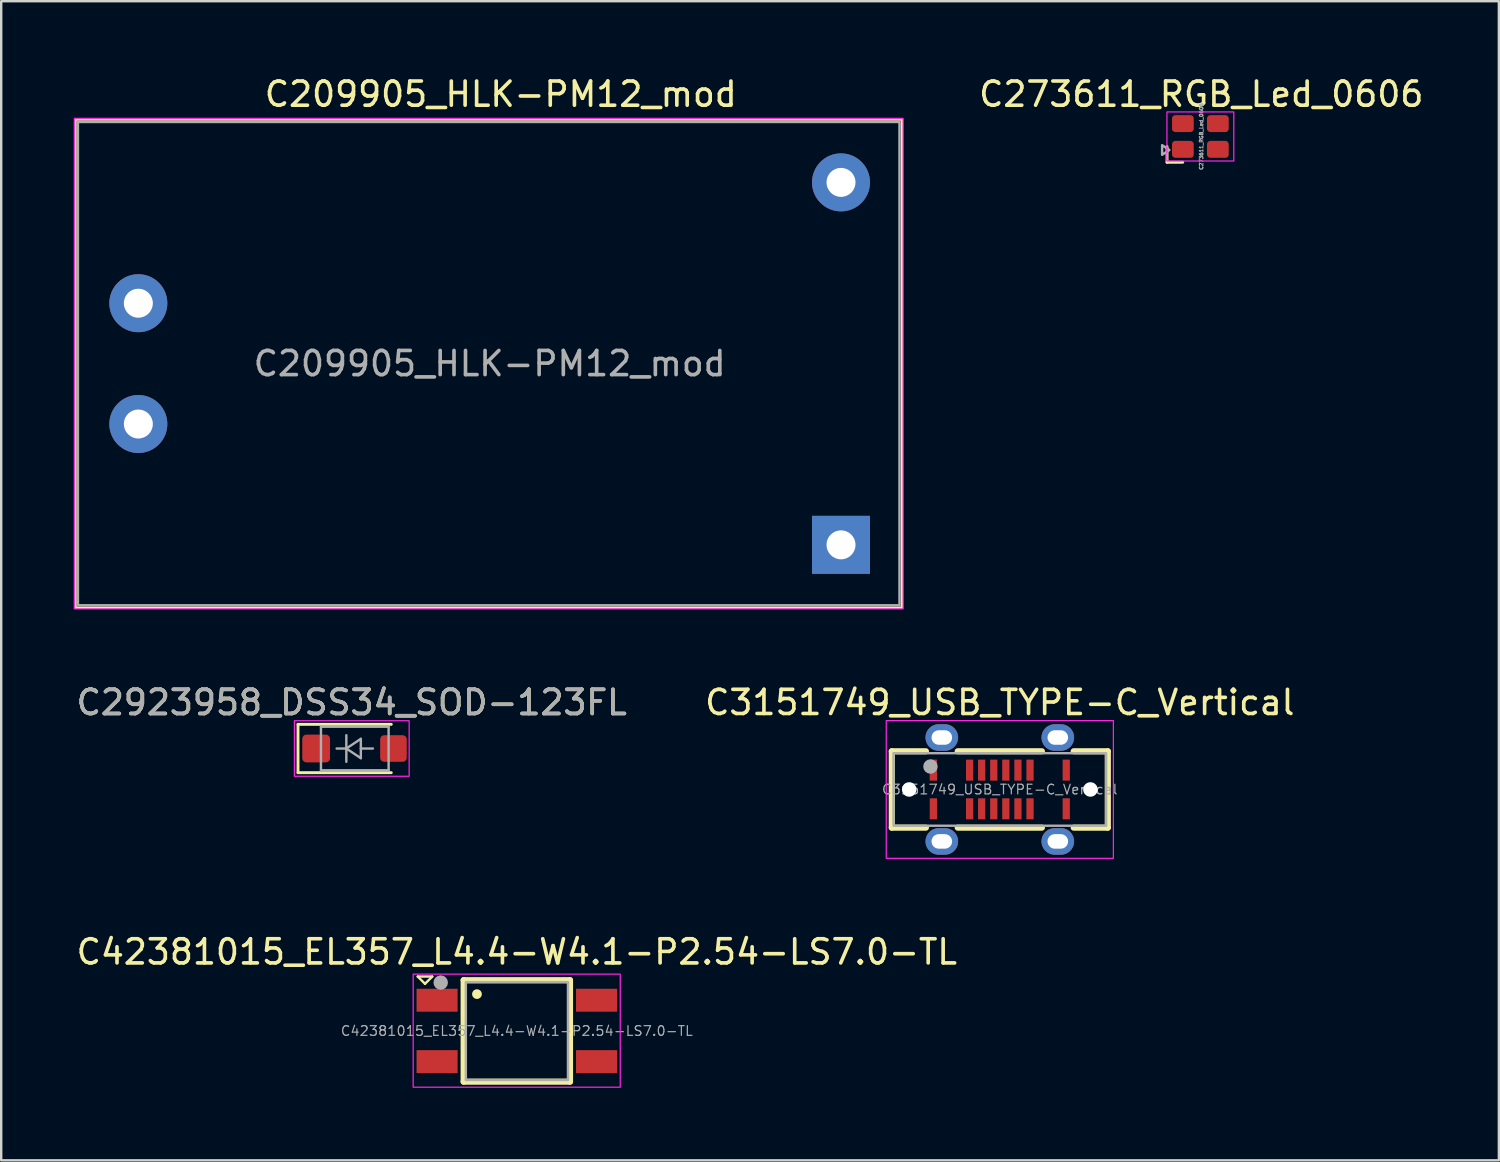
<source format=kicad_pcb>
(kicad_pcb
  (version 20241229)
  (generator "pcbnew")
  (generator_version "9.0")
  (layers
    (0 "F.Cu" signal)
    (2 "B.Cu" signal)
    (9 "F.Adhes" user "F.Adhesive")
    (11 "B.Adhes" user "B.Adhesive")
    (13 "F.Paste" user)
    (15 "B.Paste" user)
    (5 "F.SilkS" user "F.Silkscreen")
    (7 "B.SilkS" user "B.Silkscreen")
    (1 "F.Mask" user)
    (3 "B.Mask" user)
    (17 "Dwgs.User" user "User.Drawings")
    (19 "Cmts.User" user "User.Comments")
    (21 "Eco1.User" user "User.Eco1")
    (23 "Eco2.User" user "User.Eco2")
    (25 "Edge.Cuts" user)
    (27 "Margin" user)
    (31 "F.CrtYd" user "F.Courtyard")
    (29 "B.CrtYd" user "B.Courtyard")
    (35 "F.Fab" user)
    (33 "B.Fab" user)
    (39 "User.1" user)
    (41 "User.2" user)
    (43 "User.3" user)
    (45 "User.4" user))
  (footprint "C42381015_EL357_L4.4-W4.1-P2.54-LS7.0-TL"
    (layer "F.Cu")
    (at 18.339 39.615)
    (property "Reference" "C42381015_EL357_L4.4-W4.1-P2.54-LS7.0-TL" (at 0 -3.27 0) (layer "F.SilkS") (effects (font (size 1 1) (thickness 0.15))))
    (attr smd)
    (fp_line (start -4.1 -2.25) (end -3.5 -2.25) (stroke (width 0.1) (type default)) (layer "F.SilkS"))
    (fp_line (start -3.8 -1.95) (end -4.1 -2.25) (stroke (width 0.1) (type default)) (layer "F.SilkS"))
    (fp_line (start -3.5 -2.25) (end -3.8 -1.95) (stroke (width 0.1) (type default)) (layer "F.SilkS"))
    (fp_line (start -2.2 -2.1) (end -2.2 2.1) (stroke (width 0.254) (type solid)) (layer "F.SilkS"))
    (fp_line (start -2.2 2.1) (end 2.2 2.1) (stroke (width 0.254) (type solid)) (layer "F.SilkS"))
    (fp_line (start 2.2 -2.1) (end -2.2 -2.1) (stroke (width 0.254) (type solid)) (layer "F.SilkS"))
    (fp_line (start 2.2 2.1) (end 2.2 -2.1) (stroke (width 0.254) (type solid)) (layer "F.SilkS"))
    (fp_arc (start -1.651003 -1.524003) (mid -1.649733 -1.524007) (end -1.648463 -1.524003) (stroke (width 0.4) (type solid)) (layer "F.SilkS"))
    (fp_rect (start -4.29 -2.35) (end 4.28 2.33) (stroke (width 0.05) (type default)) (fill no) (layer "F.CrtYd"))
    (fp_rect (start -2.11 -2.02) (end 2.12 2.03) (stroke (width 0.1) (type default)) (fill no) (layer "F.Fab"))
    (fp_circle (center -3.15 -2.002) (end -3 -2.002) (stroke (width 0.3) (type solid)) (fill no) (layer "F.Fab"))
    (fp_text user "${REFERENCE}" (at 0 0 0) (layer "F.Fab") (effects (font (size 0.4 0.4) (thickness 0.05))))
    (pad "1" smd rect (at -3.3 -1.27) (size 1.7 0.95) (layers "F.Cu" "F.Mask" "F.Paste"))
    (pad "2" smd rect (at -3.3 1.27) (size 1.7 0.95) (layers "F.Cu" "F.Mask" "F.Paste"))
    (pad "3" smd rect (at 3.3 1.27) (size 1.7 0.95) (layers "F.Cu" "F.Mask" "F.Paste"))
    (pad "4" smd rect (at 3.3 -1.27) (size 1.7 0.95) (layers "F.Cu" "F.Mask" "F.Paste")))
  (footprint "C3151749_USB_TYPE-C_Vertical"
    (layer "F.Cu")
    (at 38.327 29.622)
    (property "Reference" "C3151749_USB_TYPE-C_Vertical" (at 0 -3.6 0) (layer "F.SilkS") (effects (font (size 1 1) (thickness 0.15))))
    (attr through_hole)
    (fp_line (start -4.47 -1.58) (end -3.058 -1.58) (stroke (width 0.254) (type solid)) (layer "F.SilkS"))
    (fp_line (start -4.47 1.58) (end -4.47 -1.58) (stroke (width 0.254) (type solid)) (layer "F.SilkS"))
    (fp_line (start -3.058 1.58) (end -4.47 1.58) (stroke (width 0.254) (type solid)) (layer "F.SilkS"))
    (fp_line (start -1.742 -1.58) (end 1.742 -1.58) (stroke (width 0.254) (type solid)) (layer "F.SilkS"))
    (fp_line (start 1.742 1.58) (end -1.742 1.58) (stroke (width 0.254) (type solid)) (layer "F.SilkS"))
    (fp_line (start 3.058 -1.58) (end 4.47 -1.58) (stroke (width 0.254) (type solid)) (layer "F.SilkS"))
    (fp_line (start 4.47 -1.58) (end 4.47 1.58) (stroke (width 0.254) (type solid)) (layer "F.SilkS"))
    (fp_line (start 4.47 1.58) (end 3.058 1.58) (stroke (width 0.254) (type solid)) (layer "F.SilkS"))
    (fp_rect (start -4.7 -2.85) (end 4.7 2.85) (stroke (width 0.05) (type default)) (fill no) (layer "F.CrtYd"))
    (fp_rect (start -4.4 -1.5) (end 4.4 1.5) (stroke (width 0.1) (type default)) (fill no) (layer "F.Fab"))
    (fp_circle (center -3.75 0.000127) (end -3.65 0.000127) (stroke (width 0.2) (type solid)) (fill no) (layer "F.Fab"))
    (fp_circle (center -2.87 -0.95) (end -2.72 -0.95) (stroke (width 0.3) (type solid)) (fill no) (layer "F.Fab"))
    (fp_circle (center 3.75 0.000127) (end 3.85 0.000127) (stroke (width 0.2) (type solid)) (fill no) (layer "F.Fab"))
    (fp_text user "${REFERENCE}" (at 0 0 0) (layer "F.Fab") (effects (font (size 0.4 0.4) (thickness 0.05))))
    (pad "" np_thru_hole circle (at -3.75 0.000127) (size 0.6 0.6) (drill 0.6) (layers "*.Cu" "*.Mask"))
    (pad "" np_thru_hole circle (at 3.75 0.000127) (size 0.6 0.6) (drill 0.6) (layers "*.Cu" "*.Mask"))
    (pad "0" thru_hole oval (at -2.4 -2.15 270) (size 1.1 1.35) (drill oval 0.6 0.85) (layers "*.Cu" "*.Mask"))
    (pad "0" thru_hole oval (at -2.4 2.15 270) (size 1.1 1.35) (drill oval 0.6 0.85) (layers "*.Cu" "*.Mask"))
    (pad "0" thru_hole oval (at 2.4 -2.15 270) (size 1.1 1.35) (drill oval 0.6 0.85) (layers "*.Cu" "*.Mask"))
    (pad "0" thru_hole oval (at 2.4 2.15 270) (size 1.1 1.35) (drill oval 0.6 0.85) (layers "*.Cu" "*.Mask"))
    (pad "A1" smd rect (at -2.75 -0.8) (size 0.3 0.87) (layers "F.Cu" "F.Mask" "F.Paste"))
    (pad "A4" smd rect (at -1.25 -0.8) (size 0.3 0.87) (layers "F.Cu" "F.Mask" "F.Paste"))
    (pad "A5" smd rect (at -0.75 -0.8) (size 0.3 0.87) (layers "F.Cu" "F.Mask" "F.Paste"))
    (pad "A6" smd rect (at -0.25 -0.8) (size 0.3 0.87) (layers "F.Cu" "F.Mask" "F.Paste"))
    (pad "A7" smd rect (at 0.25 -0.8) (size 0.3 0.87) (layers "F.Cu" "F.Mask" "F.Paste"))
    (pad "A8" smd rect (at 0.75 -0.8) (size 0.3 0.87) (layers "F.Cu" "F.Mask" "F.Paste"))
    (pad "A9" smd rect (at 1.25 -0.8) (size 0.3 0.87) (layers "F.Cu" "F.Mask" "F.Paste"))
    (pad "A12" smd rect (at 2.75 -0.8) (size 0.3 0.87) (layers "F.Cu" "F.Mask" "F.Paste"))
    (pad "B1" smd rect (at 2.75 0.8) (size 0.3 0.87) (layers "F.Cu" "F.Mask" "F.Paste"))
    (pad "B4" smd rect (at 1.25 0.8) (size 0.3 0.87) (layers "F.Cu" "F.Mask" "F.Paste"))
    (pad "B5" smd rect (at 0.75 0.8) (size 0.3 0.87) (layers "F.Cu" "F.Mask" "F.Paste"))
    (pad "B6" smd rect (at 0.25 0.8) (size 0.3 0.87) (layers "F.Cu" "F.Mask" "F.Paste"))
    (pad "B7" smd rect (at -0.25 0.8) (size 0.3 0.87) (layers "F.Cu" "F.Mask" "F.Paste"))
    (pad "B8" smd rect (at -0.75 0.8) (size 0.3 0.87) (layers "F.Cu" "F.Mask" "F.Paste"))
    (pad "B9" smd rect (at -1.25 0.8) (size 0.3 0.87) (layers "F.Cu" "F.Mask" "F.Paste"))
    (pad "B12" smd rect (at -2.75 0.8) (size 0.3 0.87) (layers "F.Cu" "F.Mask" "F.Paste")))
  (footprint "C273611_RGB_Led_0606"
    (layer "F.Cu")
    (at 46.665 2.598)
    (property "Reference" "C273611_RGB_Led_0606" (at 0 -1.75 0) (layer "F.SilkS") (effects (font (size 1 1) (thickness 0.15))))
    (attr smd)
    (fp_line (start -1.417 0.417) (end -1.417 1.067) (stroke (width 0.12) (type solid)) (layer "F.SilkS"))
    (fp_line (start -1.417 1.067) (end -0.767 1.067) (stroke (width 0.12) (type solid)) (layer "F.SilkS"))
    (fp_rect (start -1.422 -1.016) (end 1.346 1.016) (stroke (width 0.05) (type default)) (fill no) (layer "F.CrtYd"))
    (fp_poly (pts (xy -1.621 0.759) (xy -1.321 0.559) (xy -1.621 0.359)) (stroke (width 0.1) (type solid)) (fill no) (layer "F.Fab"))
    (fp_text user "${REFERENCE}" (at 0 0 90) (layer "F.Fab") (effects (font (size 0.15 0.15) (thickness 0.037))))
    (pad "1" smd roundrect (at -0.762 0.533 90) (size 0.7 0.9) (layers "F.Cu" "F.Mask" "F.Paste") (roundrect_rratio 0.2))
    (pad "2" smd roundrect (at 0.686 0.533 90) (size 0.7 0.9) (layers "F.Cu" "F.Mask" "F.Paste") (roundrect_rratio 0.2))
    (pad "3" smd roundrect (at 0.686 -0.533 90) (size 0.7 0.9) (layers "F.Cu" "F.Mask" "F.Paste") (roundrect_rratio 0.2))
    (pad "4" smd roundrect (at -0.762 -0.533 90) (size 0.7 0.9) (layers "F.Cu" "F.Mask" "F.Paste") (roundrect_rratio 0.2)))
  (footprint "C2923958_DSS34_SOD-123FL"
    (layer "F.Cu")
    (at 11.633 27.927)
    (property "Reference" "C2923958_DSS34_SOD-123FL" (at -0.127 -1.905 0) (layer "F.SilkS") (effects (font (size 1 1) (thickness 0.15))))
    (attr smd)
    (fp_line (start -2.35 -1) (end -2.35 1) (stroke (width 0.12) (type solid)) (layer "F.SilkS"))
    (fp_line (start -2.35 -1) (end 1.51 -1) (stroke (width 0.12) (type solid)) (layer "F.SilkS"))
    (fp_line (start -2.35 1) (end 1.51 1) (stroke (width 0.12) (type solid)) (layer "F.SilkS"))
    (fp_rect (start -2.5 -1.15) (end 2.25 1.15) (stroke (width 0.05) (type default)) (fill no) (layer "F.CrtYd"))
    (fp_line (start -1.4 -0.9) (end 1.4 -0.9) (stroke (width 0.1) (type solid)) (layer "F.Fab"))
    (fp_line (start -1.4 0.9) (end -1.4 -0.9) (stroke (width 0.1) (type solid)) (layer "F.Fab"))
    (fp_line (start -0.75 0) (end -0.35 0) (stroke (width 0.1) (type solid)) (layer "F.Fab"))
    (fp_line (start -0.35 0) (end -0.35 -0.55) (stroke (width 0.1) (type solid)) (layer "F.Fab"))
    (fp_line (start -0.35 0) (end -0.35 0.55) (stroke (width 0.1) (type solid)) (layer "F.Fab"))
    (fp_line (start -0.35 0) (end 0.25 -0.4) (stroke (width 0.1) (type solid)) (layer "F.Fab"))
    (fp_line (start 0.25 -0.4) (end 0.25 0.4) (stroke (width 0.1) (type solid)) (layer "F.Fab"))
    (fp_line (start 0.25 0) (end 0.75 0) (stroke (width 0.1) (type solid)) (layer "F.Fab"))
    (fp_line (start 0.25 0.4) (end -0.35 0) (stroke (width 0.1) (type solid)) (layer "F.Fab"))
    (fp_line (start 1.4 -0.9) (end 1.4 0.9) (stroke (width 0.1) (type solid)) (layer "F.Fab"))
    (fp_line (start 1.4 0.9) (end -1.4 0.9) (stroke (width 0.1) (type solid)) (layer "F.Fab"))
    (fp_text user "${REFERENCE}" (at -0.127 -1.905 0) (layer "F.Fab") (effects (font (size 1 1) (thickness 0.15))))
    (pad "1" smd roundrect (at -1.6 0) (size 1.15 1.15) (layers "F.Cu" "F.Mask" "F.Paste") (roundrect_rratio 0.15))
    (pad "2" smd roundrect (at 1.6 0) (size 1.1 1.1) (layers "F.Cu" "F.Mask" "F.Paste") (roundrect_rratio 0.15)))
  (footprint "C209905_HLK-PM12_mod"
    (layer "F.Cu")
    (at 2.675 9.498)
    (property "Reference" "C209905_HLK-PM12_mod" (at 15 -8.65 0) (layer "F.SilkS") (effects (font (size 1 1) (thickness 0.15))))
    (attr through_hole)
    (fp_rect (start -2.6 -7.6) (end 31.6 12.6) (stroke (width 0.1) (type default)) (fill no) (layer "F.SilkS"))
    (fp_rect (start -2.65 -7.65) (end 31.65 12.65) (stroke (width 0.05) (type default)) (fill no) (layer "F.CrtYd"))
    (fp_rect (start -2.5 -7.5) (end 31.5 12.5) (stroke (width 0.1) (type default)) (fill no) (layer "F.Fab"))
    (fp_text user "${REFERENCE}" (at 14.54 2.5 0) (layer "F.Fab") (effects (font (size 1 1) (thickness 0.15))))
    (pad "1" thru_hole oval (at 0 0) (size 2.4 2.4) (drill 1.2) (layers "*.Cu" "*.Mask"))
    (pad "2" thru_hole oval (at 0 5) (size 2.4 2.4) (drill 1.2) (layers "*.Cu" "*.Mask"))
    (pad "3" thru_hole oval (at 29.08 -5) (size 2.4 2.4) (drill 1.2) (layers "*.Cu" "*.Mask"))
    (pad "4" thru_hole rect (at 29.08 10) (size 2.4 2.4) (drill 1.2) (layers "*.Cu" "*.Mask")))
  (gr_rect
    (start -3 -3)
    (end 58.981 44.97)
    (stroke (width 0.1) (type default))
    (fill no)
    (layer "Edge.Cuts")))
</source>
